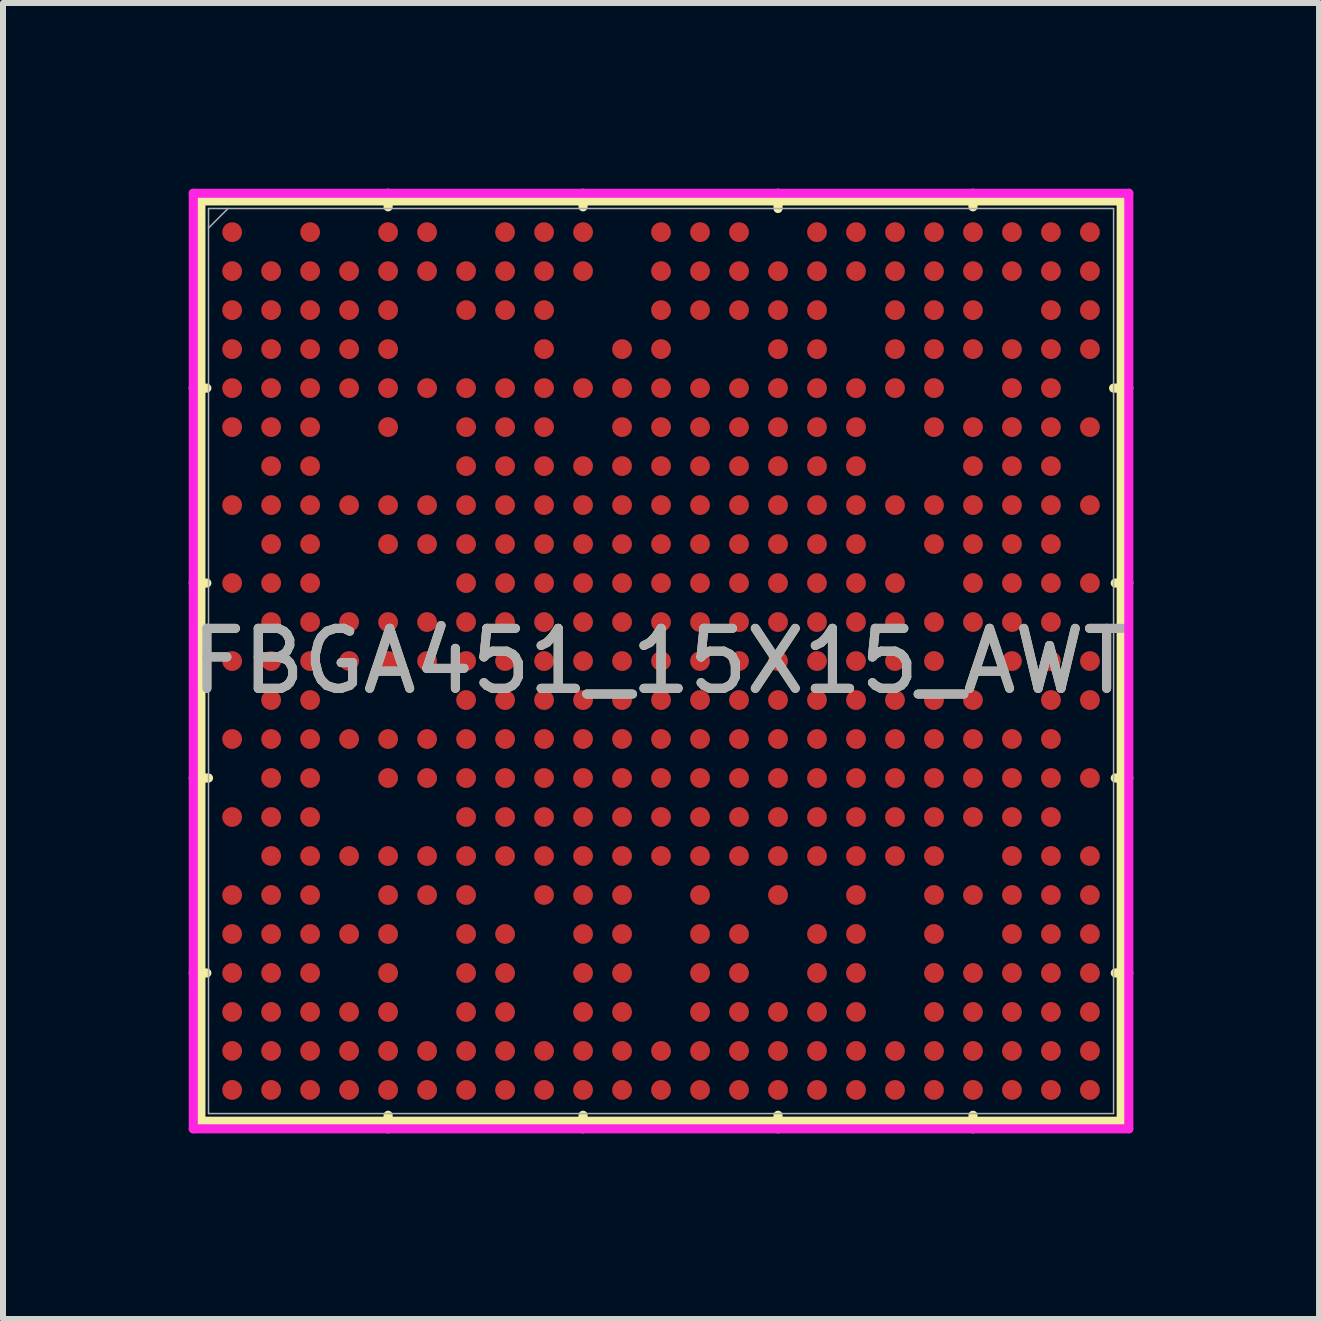
<source format=kicad_pcb>
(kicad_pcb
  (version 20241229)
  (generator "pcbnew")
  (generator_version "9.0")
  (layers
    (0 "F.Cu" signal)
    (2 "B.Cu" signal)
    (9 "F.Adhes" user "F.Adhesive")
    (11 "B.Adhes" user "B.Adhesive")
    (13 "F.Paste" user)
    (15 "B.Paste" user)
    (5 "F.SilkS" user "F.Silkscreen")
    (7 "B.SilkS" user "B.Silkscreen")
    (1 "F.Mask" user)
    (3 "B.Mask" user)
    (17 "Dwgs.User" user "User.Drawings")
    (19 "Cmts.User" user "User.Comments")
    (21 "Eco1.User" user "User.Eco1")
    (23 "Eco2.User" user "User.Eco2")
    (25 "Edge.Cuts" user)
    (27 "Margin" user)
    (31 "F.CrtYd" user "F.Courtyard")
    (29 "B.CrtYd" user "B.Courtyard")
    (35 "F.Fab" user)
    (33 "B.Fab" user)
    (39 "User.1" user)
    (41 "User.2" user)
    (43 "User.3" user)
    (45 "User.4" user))
  (footprint "FBGA451_15X15_AWT"
    (layer "F.Cu")
    (at 7.97 7.97)
    (property "Reference" "FBGA451_15X15_AWT" (at 0 0 0) (unlocked yes) (layer "F.SilkS") (effects (font (size 1 1) (thickness 0.15))))
    (attr smd)
    (fp_line (start -7.671 -7.671) (end -7.671 7.671) (stroke (width 0.152) (type solid)) (layer "F.SilkS"))
    (fp_line (start -7.671 7.671) (end 7.671 7.671) (stroke (width 0.152) (type solid)) (layer "F.SilkS"))
    (fp_line (start -7.572 -4.55) (end -7.798 -4.55) (stroke (width 0.152) (type solid)) (layer "F.SilkS"))
    (fp_line (start -7.572 -1.3) (end -7.798 -1.3) (stroke (width 0.152) (type solid)) (layer "F.SilkS"))
    (fp_line (start -7.572 5.2) (end -7.798 5.2) (stroke (width 0.152) (type solid)) (layer "F.SilkS"))
    (fp_line (start -7.544 1.95) (end -7.798 1.95) (stroke (width 0.152) (type solid)) (layer "F.SilkS"))
    (fp_line (start -4.55 -7.572) (end -4.55 -7.798) (stroke (width 0.152) (type solid)) (layer "F.SilkS"))
    (fp_line (start -4.55 7.572) (end -4.55 7.798) (stroke (width 0.152) (type solid)) (layer "F.SilkS"))
    (fp_line (start -1.3 -7.572) (end -1.3 -7.798) (stroke (width 0.152) (type solid)) (layer "F.SilkS"))
    (fp_line (start -1.3 7.572) (end -1.3 7.798) (stroke (width 0.152) (type solid)) (layer "F.SilkS"))
    (fp_line (start 1.95 -7.544) (end 1.95 -7.798) (stroke (width 0.152) (type solid)) (layer "F.SilkS"))
    (fp_line (start 1.95 7.572) (end 1.95 7.798) (stroke (width 0.152) (type solid)) (layer "F.SilkS"))
    (fp_line (start 5.2 -7.572) (end 5.2 -7.798) (stroke (width 0.152) (type solid)) (layer "F.SilkS"))
    (fp_line (start 5.2 7.572) (end 5.2 7.798) (stroke (width 0.152) (type solid)) (layer "F.SilkS"))
    (fp_line (start 7.544 -4.55) (end 7.798 -4.55) (stroke (width 0.152) (type solid)) (layer "F.SilkS"))
    (fp_line (start 7.572 -1.3) (end 7.798 -1.3) (stroke (width 0.152) (type solid)) (layer "F.SilkS"))
    (fp_line (start 7.572 1.95) (end 7.798 1.95) (stroke (width 0.152) (type solid)) (layer "F.SilkS"))
    (fp_line (start 7.572 5.2) (end 7.798 5.2) (stroke (width 0.152) (type solid)) (layer "F.SilkS"))
    (fp_line (start 7.671 -7.671) (end -7.671 -7.671) (stroke (width 0.152) (type solid)) (layer "F.SilkS"))
    (fp_line (start 7.671 7.671) (end 7.671 -7.671) (stroke (width 0.152) (type solid)) (layer "F.SilkS"))
    (fp_poly (pts (xy -7.92 -7.92) (xy 7.92 -7.92) (xy 7.92 7.92) (xy -7.92 7.92)) (stroke (width 0.1) (type solid)) (fill no) (layer "Eco2.User"))
    (fp_line (start -7.798 -7.798) (end 7.798 -7.798) (stroke (width 0.152) (type solid)) (layer "F.CrtYd"))
    (fp_line (start -7.798 7.798) (end -7.798 -7.798) (stroke (width 0.152) (type solid)) (layer "F.CrtYd"))
    (fp_line (start 7.798 -7.798) (end 7.798 7.798) (stroke (width 0.152) (type solid)) (layer "F.CrtYd"))
    (fp_line (start 7.798 7.798) (end -7.798 7.798) (stroke (width 0.152) (type solid)) (layer "F.CrtYd"))
    (fp_line (start -7.544 -7.544) (end -7.544 7.544) (stroke (width 0.025) (type solid)) (layer "F.Fab"))
    (fp_line (start -7.544 7.544) (end 7.544 7.544) (stroke (width 0.025) (type solid)) (layer "F.Fab"))
    (fp_line (start -7.219 -7.544) (end -7.544 -7.219) (stroke (width 0.025) (type solid)) (layer "F.Fab"))
    (fp_line (start 7.544 -7.544) (end -7.544 -7.544) (stroke (width 0.025) (type solid)) (layer "F.Fab"))
    (fp_line (start 7.544 7.544) (end 7.544 -7.544) (stroke (width 0.025) (type solid)) (layer "F.Fab"))
    (fp_text user "${REFERENCE}" (at 0 0 0) (unlocked yes) (layer "F.Fab") (effects (font (size 1 1) (thickness 0.15))))
    (pad "A1" smd circle (at -7.15 -7.15) (size 0.33 0.33) (layers "F.Cu" "F.Mask" "F.Paste"))
    (pad "A3" smd circle (at -5.85 -7.15) (size 0.33 0.33) (layers "F.Cu" "F.Mask" "F.Paste"))
    (pad "A5" smd circle (at -4.55 -7.15) (size 0.33 0.33) (layers "F.Cu" "F.Mask" "F.Paste"))
    (pad "A6" smd circle (at -3.9 -7.15) (size 0.33 0.33) (layers "F.Cu" "F.Mask" "F.Paste"))
    (pad "A8" smd circle (at -2.6 -7.15) (size 0.33 0.33) (layers "F.Cu" "F.Mask" "F.Paste"))
    (pad "A9" smd circle (at -1.95 -7.15) (size 0.33 0.33) (layers "F.Cu" "F.Mask" "F.Paste"))
    (pad "A10" smd circle (at -1.3 -7.15) (size 0.33 0.33) (layers "F.Cu" "F.Mask" "F.Paste"))
    (pad "A12" smd circle (at 0 -7.15) (size 0.33 0.33) (layers "F.Cu" "F.Mask" "F.Paste"))
    (pad "A13" smd circle (at 0.65 -7.15) (size 0.33 0.33) (layers "F.Cu" "F.Mask" "F.Paste"))
    (pad "A14" smd circle (at 1.3 -7.15) (size 0.33 0.33) (layers "F.Cu" "F.Mask" "F.Paste"))
    (pad "A16" smd circle (at 2.6 -7.15) (size 0.33 0.33) (layers "F.Cu" "F.Mask" "F.Paste"))
    (pad "A17" smd circle (at 3.25 -7.15) (size 0.33 0.33) (layers "F.Cu" "F.Mask" "F.Paste"))
    (pad "A18" smd circle (at 3.9 -7.15) (size 0.33 0.33) (layers "F.Cu" "F.Mask" "F.Paste"))
    (pad "A19" smd circle (at 4.55 -7.15) (size 0.33 0.33) (layers "F.Cu" "F.Mask" "F.Paste"))
    (pad "A20" smd circle (at 5.2 -7.15) (size 0.33 0.33) (layers "F.Cu" "F.Mask" "F.Paste"))
    (pad "A21" smd circle (at 5.85 -7.15) (size 0.33 0.33) (layers "F.Cu" "F.Mask" "F.Paste"))
    (pad "A22" smd circle (at 6.5 -7.15) (size 0.33 0.33) (layers "F.Cu" "F.Mask" "F.Paste"))
    (pad "A23" smd circle (at 7.15 -7.15) (size 0.33 0.33) (layers "F.Cu" "F.Mask" "F.Paste"))
    (pad "AA1" smd circle (at -7.15 5.85) (size 0.33 0.33) (layers "F.Cu" "F.Mask" "F.Paste"))
    (pad "AA2" smd circle (at -6.5 5.85) (size 0.33 0.33) (layers "F.Cu" "F.Mask" "F.Paste"))
    (pad "AA3" smd circle (at -5.85 5.85) (size 0.33 0.33) (layers "F.Cu" "F.Mask" "F.Paste"))
    (pad "AA4" smd circle (at -5.2 5.85) (size 0.33 0.33) (layers "F.Cu" "F.Mask" "F.Paste"))
    (pad "AA5" smd circle (at -4.55 5.85) (size 0.33 0.33) (layers "F.Cu" "F.Mask" "F.Paste"))
    (pad "AA7" smd circle (at -3.25 5.85) (size 0.33 0.33) (layers "F.Cu" "F.Mask" "F.Paste"))
    (pad "AA8" smd circle (at -2.6 5.85) (size 0.33 0.33) (layers "F.Cu" "F.Mask" "F.Paste"))
    (pad "AA10" smd circle (at -1.3 5.85) (size 0.33 0.33) (layers "F.Cu" "F.Mask" "F.Paste"))
    (pad "AA11" smd circle (at -0.65 5.85) (size 0.33 0.33) (layers "F.Cu" "F.Mask" "F.Paste"))
    (pad "AA13" smd circle (at 0.65 5.85) (size 0.33 0.33) (layers "F.Cu" "F.Mask" "F.Paste"))
    (pad "AA14" smd circle (at 1.3 5.85) (size 0.33 0.33) (layers "F.Cu" "F.Mask" "F.Paste"))
    (pad "AA15" smd circle (at 1.95 5.85) (size 0.33 0.33) (layers "F.Cu" "F.Mask" "F.Paste"))
    (pad "AA16" smd circle (at 2.6 5.85) (size 0.33 0.33) (layers "F.Cu" "F.Mask" "F.Paste"))
    (pad "AA17" smd circle (at 3.25 5.85) (size 0.33 0.33) (layers "F.Cu" "F.Mask" "F.Paste"))
    (pad "AA19" smd circle (at 4.55 5.85) (size 0.33 0.33) (layers "F.Cu" "F.Mask" "F.Paste"))
    (pad "AA20" smd circle (at 5.2 5.85) (size 0.33 0.33) (layers "F.Cu" "F.Mask" "F.Paste"))
    (pad "AA21" smd circle (at 5.85 5.85) (size 0.33 0.33) (layers "F.Cu" "F.Mask" "F.Paste"))
    (pad "AA22" smd circle (at 6.5 5.85) (size 0.33 0.33) (layers "F.Cu" "F.Mask" "F.Paste"))
    (pad "AA23" smd circle (at 7.15 5.85) (size 0.33 0.33) (layers "F.Cu" "F.Mask" "F.Paste"))
    (pad "AB1" smd circle (at -7.15 6.5) (size 0.33 0.33) (layers "F.Cu" "F.Mask" "F.Paste"))
    (pad "AB2" smd circle (at -6.5 6.5) (size 0.33 0.33) (layers "F.Cu" "F.Mask" "F.Paste"))
    (pad "AB3" smd circle (at -5.85 6.5) (size 0.33 0.33) (layers "F.Cu" "F.Mask" "F.Paste"))
    (pad "AB4" smd circle (at -5.2 6.5) (size 0.33 0.33) (layers "F.Cu" "F.Mask" "F.Paste"))
    (pad "AB5" smd circle (at -4.55 6.5) (size 0.33 0.33) (layers "F.Cu" "F.Mask" "F.Paste"))
    (pad "AB6" smd circle (at -3.9 6.5) (size 0.33 0.33) (layers "F.Cu" "F.Mask" "F.Paste"))
    (pad "AB7" smd circle (at -3.25 6.5) (size 0.33 0.33) (layers "F.Cu" "F.Mask" "F.Paste"))
    (pad "AB8" smd circle (at -2.6 6.5) (size 0.33 0.33) (layers "F.Cu" "F.Mask" "F.Paste"))
    (pad "AB9" smd circle (at -1.95 6.5) (size 0.33 0.33) (layers "F.Cu" "F.Mask" "F.Paste"))
    (pad "AB10" smd circle (at -1.3 6.5) (size 0.33 0.33) (layers "F.Cu" "F.Mask" "F.Paste"))
    (pad "AB11" smd circle (at -0.65 6.5) (size 0.33 0.33) (layers "F.Cu" "F.Mask" "F.Paste"))
    (pad "AB12" smd circle (at 0 6.5) (size 0.33 0.33) (layers "F.Cu" "F.Mask" "F.Paste"))
    (pad "AB13" smd circle (at 0.65 6.5) (size 0.33 0.33) (layers "F.Cu" "F.Mask" "F.Paste"))
    (pad "AB14" smd circle (at 1.3 6.5) (size 0.33 0.33) (layers "F.Cu" "F.Mask" "F.Paste"))
    (pad "AB15" smd circle (at 1.95 6.5) (size 0.33 0.33) (layers "F.Cu" "F.Mask" "F.Paste"))
    (pad "AB16" smd circle (at 2.6 6.5) (size 0.33 0.33) (layers "F.Cu" "F.Mask" "F.Paste"))
    (pad "AB17" smd circle (at 3.25 6.5) (size 0.33 0.33) (layers "F.Cu" "F.Mask" "F.Paste"))
    (pad "AB18" smd circle (at 3.9 6.5) (size 0.33 0.33) (layers "F.Cu" "F.Mask" "F.Paste"))
    (pad "AB19" smd circle (at 4.55 6.5) (size 0.33 0.33) (layers "F.Cu" "F.Mask" "F.Paste"))
    (pad "AB20" smd circle (at 5.2 6.5) (size 0.33 0.33) (layers "F.Cu" "F.Mask" "F.Paste"))
    (pad "AB21" smd circle (at 5.85 6.5) (size 0.33 0.33) (layers "F.Cu" "F.Mask" "F.Paste"))
    (pad "AB22" smd circle (at 6.5 6.5) (size 0.33 0.33) (layers "F.Cu" "F.Mask" "F.Paste"))
    (pad "AB23" smd circle (at 7.15 6.5) (size 0.33 0.33) (layers "F.Cu" "F.Mask" "F.Paste"))
    (pad "AC1" smd circle (at -7.15 7.15) (size 0.33 0.33) (layers "F.Cu" "F.Mask" "F.Paste"))
    (pad "AC2" smd circle (at -6.5 7.15) (size 0.33 0.33) (layers "F.Cu" "F.Mask" "F.Paste"))
    (pad "AC3" smd circle (at -5.85 7.15) (size 0.33 0.33) (layers "F.Cu" "F.Mask" "F.Paste"))
    (pad "AC4" smd circle (at -5.2 7.15) (size 0.33 0.33) (layers "F.Cu" "F.Mask" "F.Paste"))
    (pad "AC5" smd circle (at -4.55 7.15) (size 0.33 0.33) (layers "F.Cu" "F.Mask" "F.Paste"))
    (pad "AC6" smd circle (at -3.9 7.15) (size 0.33 0.33) (layers "F.Cu" "F.Mask" "F.Paste"))
    (pad "AC7" smd circle (at -3.25 7.15) (size 0.33 0.33) (layers "F.Cu" "F.Mask" "F.Paste"))
    (pad "AC8" smd circle (at -2.6 7.15) (size 0.33 0.33) (layers "F.Cu" "F.Mask" "F.Paste"))
    (pad "AC9" smd circle (at -1.95 7.15) (size 0.33 0.33) (layers "F.Cu" "F.Mask" "F.Paste"))
    (pad "AC10" smd circle (at -1.3 7.15) (size 0.33 0.33) (layers "F.Cu" "F.Mask" "F.Paste"))
    (pad "AC11" smd circle (at -0.65 7.15) (size 0.33 0.33) (layers "F.Cu" "F.Mask" "F.Paste"))
    (pad "AC12" smd circle (at 0 7.15) (size 0.33 0.33) (layers "F.Cu" "F.Mask" "F.Paste"))
    (pad "AC13" smd circle (at 0.65 7.15) (size 0.33 0.33) (layers "F.Cu" "F.Mask" "F.Paste"))
    (pad "AC14" smd circle (at 1.3 7.15) (size 0.33 0.33) (layers "F.Cu" "F.Mask" "F.Paste"))
    (pad "AC15" smd circle (at 1.95 7.15) (size 0.33 0.33) (layers "F.Cu" "F.Mask" "F.Paste"))
    (pad "AC16" smd circle (at 2.6 7.15) (size 0.33 0.33) (layers "F.Cu" "F.Mask" "F.Paste"))
    (pad "AC17" smd circle (at 3.25 7.15) (size 0.33 0.33) (layers "F.Cu" "F.Mask" "F.Paste"))
    (pad "AC18" smd circle (at 3.9 7.15) (size 0.33 0.33) (layers "F.Cu" "F.Mask" "F.Paste"))
    (pad "AC19" smd circle (at 4.55 7.15) (size 0.33 0.33) (layers "F.Cu" "F.Mask" "F.Paste"))
    (pad "AC20" smd circle (at 5.2 7.15) (size 0.33 0.33) (layers "F.Cu" "F.Mask" "F.Paste"))
    (pad "AC21" smd circle (at 5.85 7.15) (size 0.33 0.33) (layers "F.Cu" "F.Mask" "F.Paste"))
    (pad "AC22" smd circle (at 6.5 7.15) (size 0.33 0.33) (layers "F.Cu" "F.Mask" "F.Paste"))
    (pad "AC23" smd circle (at 7.15 7.15) (size 0.33 0.33) (layers "F.Cu" "F.Mask" "F.Paste"))
    (pad "B1" smd circle (at -7.15 -6.5) (size 0.33 0.33) (layers "F.Cu" "F.Mask" "F.Paste"))
    (pad "B2" smd circle (at -6.5 -6.5) (size 0.33 0.33) (layers "F.Cu" "F.Mask" "F.Paste"))
    (pad "B3" smd circle (at -5.85 -6.5) (size 0.33 0.33) (layers "F.Cu" "F.Mask" "F.Paste"))
    (pad "B4" smd circle (at -5.2 -6.5) (size 0.33 0.33) (layers "F.Cu" "F.Mask" "F.Paste"))
    (pad "B5" smd circle (at -4.55 -6.5) (size 0.33 0.33) (layers "F.Cu" "F.Mask" "F.Paste"))
    (pad "B6" smd circle (at -3.9 -6.5) (size 0.33 0.33) (layers "F.Cu" "F.Mask" "F.Paste"))
    (pad "B7" smd circle (at -3.25 -6.5) (size 0.33 0.33) (layers "F.Cu" "F.Mask" "F.Paste"))
    (pad "B8" smd circle (at -2.6 -6.5) (size 0.33 0.33) (layers "F.Cu" "F.Mask" "F.Paste"))
    (pad "B9" smd circle (at -1.95 -6.5) (size 0.33 0.33) (layers "F.Cu" "F.Mask" "F.Paste"))
    (pad "B10" smd circle (at -1.3 -6.5) (size 0.33 0.33) (layers "F.Cu" "F.Mask" "F.Paste"))
    (pad "B12" smd circle (at 0 -6.5) (size 0.33 0.33) (layers "F.Cu" "F.Mask" "F.Paste"))
    (pad "B13" smd circle (at 0.65 -6.5) (size 0.33 0.33) (layers "F.Cu" "F.Mask" "F.Paste"))
    (pad "B14" smd circle (at 1.3 -6.5) (size 0.33 0.33) (layers "F.Cu" "F.Mask" "F.Paste"))
    (pad "B15" smd circle (at 1.95 -6.5) (size 0.33 0.33) (layers "F.Cu" "F.Mask" "F.Paste"))
    (pad "B16" smd circle (at 2.6 -6.5) (size 0.33 0.33) (layers "F.Cu" "F.Mask" "F.Paste"))
    (pad "B17" smd circle (at 3.25 -6.5) (size 0.33 0.33) (layers "F.Cu" "F.Mask" "F.Paste"))
    (pad "B18" smd circle (at 3.9 -6.5) (size 0.33 0.33) (layers "F.Cu" "F.Mask" "F.Paste"))
    (pad "B19" smd circle (at 4.55 -6.5) (size 0.33 0.33) (layers "F.Cu" "F.Mask" "F.Paste"))
    (pad "B20" smd circle (at 5.2 -6.5) (size 0.33 0.33) (layers "F.Cu" "F.Mask" "F.Paste"))
    (pad "B21" smd circle (at 5.85 -6.5) (size 0.33 0.33) (layers "F.Cu" "F.Mask" "F.Paste"))
    (pad "B22" smd circle (at 6.5 -6.5) (size 0.33 0.33) (layers "F.Cu" "F.Mask" "F.Paste"))
    (pad "B23" smd circle (at 7.15 -6.5) (size 0.33 0.33) (layers "F.Cu" "F.Mask" "F.Paste"))
    (pad "C1" smd circle (at -7.15 -5.85) (size 0.33 0.33) (layers "F.Cu" "F.Mask" "F.Paste"))
    (pad "C2" smd circle (at -6.5 -5.85) (size 0.33 0.33) (layers "F.Cu" "F.Mask" "F.Paste"))
    (pad "C3" smd circle (at -5.85 -5.85) (size 0.33 0.33) (layers "F.Cu" "F.Mask" "F.Paste"))
    (pad "C4" smd circle (at -5.2 -5.85) (size 0.33 0.33) (layers "F.Cu" "F.Mask" "F.Paste"))
    (pad "C5" smd circle (at -4.55 -5.85) (size 0.33 0.33) (layers "F.Cu" "F.Mask" "F.Paste"))
    (pad "C7" smd circle (at -3.25 -5.85) (size 0.33 0.33) (layers "F.Cu" "F.Mask" "F.Paste"))
    (pad "C8" smd circle (at -2.6 -5.85) (size 0.33 0.33) (layers "F.Cu" "F.Mask" "F.Paste"))
    (pad "C9" smd circle (at -1.95 -5.85) (size 0.33 0.33) (layers "F.Cu" "F.Mask" "F.Paste"))
    (pad "C12" smd circle (at 0 -5.85) (size 0.33 0.33) (layers "F.Cu" "F.Mask" "F.Paste"))
    (pad "C13" smd circle (at 0.65 -5.85) (size 0.33 0.33) (layers "F.Cu" "F.Mask" "F.Paste"))
    (pad "C14" smd circle (at 1.3 -5.85) (size 0.33 0.33) (layers "F.Cu" "F.Mask" "F.Paste"))
    (pad "C15" smd circle (at 1.95 -5.85) (size 0.33 0.33) (layers "F.Cu" "F.Mask" "F.Paste"))
    (pad "C16" smd circle (at 2.6 -5.85) (size 0.33 0.33) (layers "F.Cu" "F.Mask" "F.Paste"))
    (pad "C18" smd circle (at 3.9 -5.85) (size 0.33 0.33) (layers "F.Cu" "F.Mask" "F.Paste"))
    (pad "C19" smd circle (at 4.55 -5.85) (size 0.33 0.33) (layers "F.Cu" "F.Mask" "F.Paste"))
    (pad "C20" smd circle (at 5.2 -5.85) (size 0.33 0.33) (layers "F.Cu" "F.Mask" "F.Paste"))
    (pad "C22" smd circle (at 6.5 -5.85) (size 0.33 0.33) (layers "F.Cu" "F.Mask" "F.Paste"))
    (pad "C23" smd circle (at 7.15 -5.85) (size 0.33 0.33) (layers "F.Cu" "F.Mask" "F.Paste"))
    (pad "D1" smd circle (at -7.15 -5.2) (size 0.33 0.33) (layers "F.Cu" "F.Mask" "F.Paste"))
    (pad "D2" smd circle (at -6.5 -5.2) (size 0.33 0.33) (layers "F.Cu" "F.Mask" "F.Paste"))
    (pad "D3" smd circle (at -5.85 -5.2) (size 0.33 0.33) (layers "F.Cu" "F.Mask" "F.Paste"))
    (pad "D4" smd circle (at -5.2 -5.2) (size 0.33 0.33) (layers "F.Cu" "F.Mask" "F.Paste"))
    (pad "D5" smd circle (at -4.55 -5.2) (size 0.33 0.33) (layers "F.Cu" "F.Mask" "F.Paste"))
    (pad "D9" smd circle (at -1.95 -5.2) (size 0.33 0.33) (layers "F.Cu" "F.Mask" "F.Paste"))
    (pad "D11" smd circle (at -0.65 -5.2) (size 0.33 0.33) (layers "F.Cu" "F.Mask" "F.Paste"))
    (pad "D12" smd circle (at 0 -5.2) (size 0.33 0.33) (layers "F.Cu" "F.Mask" "F.Paste"))
    (pad "D15" smd circle (at 1.95 -5.2) (size 0.33 0.33) (layers "F.Cu" "F.Mask" "F.Paste"))
    (pad "D16" smd circle (at 2.6 -5.2) (size 0.33 0.33) (layers "F.Cu" "F.Mask" "F.Paste"))
    (pad "D18" smd circle (at 3.9 -5.2) (size 0.33 0.33) (layers "F.Cu" "F.Mask" "F.Paste"))
    (pad "D19" smd circle (at 4.55 -5.2) (size 0.33 0.33) (layers "F.Cu" "F.Mask" "F.Paste"))
    (pad "D20" smd circle (at 5.2 -5.2) (size 0.33 0.33) (layers "F.Cu" "F.Mask" "F.Paste"))
    (pad "D21" smd circle (at 5.85 -5.2) (size 0.33 0.33) (layers "F.Cu" "F.Mask" "F.Paste"))
    (pad "D22" smd circle (at 6.5 -5.2) (size 0.33 0.33) (layers "F.Cu" "F.Mask" "F.Paste"))
    (pad "D23" smd circle (at 7.15 -5.2) (size 0.33 0.33) (layers "F.Cu" "F.Mask" "F.Paste"))
    (pad "E1" smd circle (at -7.15 -4.55) (size 0.33 0.33) (layers "F.Cu" "F.Mask" "F.Paste"))
    (pad "E2" smd circle (at -6.5 -4.55) (size 0.33 0.33) (layers "F.Cu" "F.Mask" "F.Paste"))
    (pad "E3" smd circle (at -5.85 -4.55) (size 0.33 0.33) (layers "F.Cu" "F.Mask" "F.Paste"))
    (pad "E4" smd circle (at -5.2 -4.55) (size 0.33 0.33) (layers "F.Cu" "F.Mask" "F.Paste"))
    (pad "E5" smd circle (at -4.55 -4.55) (size 0.33 0.33) (layers "F.Cu" "F.Mask" "F.Paste"))
    (pad "E6" smd circle (at -3.9 -4.55) (size 0.33 0.33) (layers "F.Cu" "F.Mask" "F.Paste"))
    (pad "E7" smd circle (at -3.25 -4.55) (size 0.33 0.33) (layers "F.Cu" "F.Mask" "F.Paste"))
    (pad "E8" smd circle (at -2.6 -4.55) (size 0.33 0.33) (layers "F.Cu" "F.Mask" "F.Paste"))
    (pad "E9" smd circle (at -1.95 -4.55) (size 0.33 0.33) (layers "F.Cu" "F.Mask" "F.Paste"))
    (pad "E10" smd circle (at -1.3 -4.55) (size 0.33 0.33) (layers "F.Cu" "F.Mask" "F.Paste"))
    (pad "E11" smd circle (at -0.65 -4.55) (size 0.33 0.33) (layers "F.Cu" "F.Mask" "F.Paste"))
    (pad "E12" smd circle (at 0 -4.55) (size 0.33 0.33) (layers "F.Cu" "F.Mask" "F.Paste"))
    (pad "E13" smd circle (at 0.65 -4.55) (size 0.33 0.33) (layers "F.Cu" "F.Mask" "F.Paste"))
    (pad "E14" smd circle (at 1.3 -4.55) (size 0.33 0.33) (layers "F.Cu" "F.Mask" "F.Paste"))
    (pad "E15" smd circle (at 1.95 -4.55) (size 0.33 0.33) (layers "F.Cu" "F.Mask" "F.Paste"))
    (pad "E16" smd circle (at 2.6 -4.55) (size 0.33 0.33) (layers "F.Cu" "F.Mask" "F.Paste"))
    (pad "E17" smd circle (at 3.25 -4.55) (size 0.33 0.33) (layers "F.Cu" "F.Mask" "F.Paste"))
    (pad "E18" smd circle (at 3.9 -4.55) (size 0.33 0.33) (layers "F.Cu" "F.Mask" "F.Paste"))
    (pad "E19" smd circle (at 4.55 -4.55) (size 0.33 0.33) (layers "F.Cu" "F.Mask" "F.Paste"))
    (pad "E21" smd circle (at 5.85 -4.55) (size 0.33 0.33) (layers "F.Cu" "F.Mask" "F.Paste"))
    (pad "E22" smd circle (at 6.5 -4.55) (size 0.33 0.33) (layers "F.Cu" "F.Mask" "F.Paste"))
    (pad "F1" smd circle (at -7.15 -3.9) (size 0.33 0.33) (layers "F.Cu" "F.Mask" "F.Paste"))
    (pad "F2" smd circle (at -6.5 -3.9) (size 0.33 0.33) (layers "F.Cu" "F.Mask" "F.Paste"))
    (pad "F3" smd circle (at -5.85 -3.9) (size 0.33 0.33) (layers "F.Cu" "F.Mask" "F.Paste"))
    (pad "F5" smd circle (at -4.55 -3.9) (size 0.33 0.33) (layers "F.Cu" "F.Mask" "F.Paste"))
    (pad "F7" smd circle (at -3.25 -3.9) (size 0.33 0.33) (layers "F.Cu" "F.Mask" "F.Paste"))
    (pad "F8" smd circle (at -2.6 -3.9) (size 0.33 0.33) (layers "F.Cu" "F.Mask" "F.Paste"))
    (pad "F9" smd circle (at -1.95 -3.9) (size 0.33 0.33) (layers "F.Cu" "F.Mask" "F.Paste"))
    (pad "F11" smd circle (at -0.65 -3.9) (size 0.33 0.33) (layers "F.Cu" "F.Mask" "F.Paste"))
    (pad "F12" smd circle (at 0 -3.9) (size 0.33 0.33) (layers "F.Cu" "F.Mask" "F.Paste"))
    (pad "F13" smd circle (at 0.65 -3.9) (size 0.33 0.33) (layers "F.Cu" "F.Mask" "F.Paste"))
    (pad "F14" smd circle (at 1.3 -3.9) (size 0.33 0.33) (layers "F.Cu" "F.Mask" "F.Paste"))
    (pad "F15" smd circle (at 1.95 -3.9) (size 0.33 0.33) (layers "F.Cu" "F.Mask" "F.Paste"))
    (pad "F16" smd circle (at 2.6 -3.9) (size 0.33 0.33) (layers "F.Cu" "F.Mask" "F.Paste"))
    (pad "F17" smd circle (at 3.25 -3.9) (size 0.33 0.33) (layers "F.Cu" "F.Mask" "F.Paste"))
    (pad "F19" smd circle (at 4.55 -3.9) (size 0.33 0.33) (layers "F.Cu" "F.Mask" "F.Paste"))
    (pad "F20" smd circle (at 5.2 -3.9) (size 0.33 0.33) (layers "F.Cu" "F.Mask" "F.Paste"))
    (pad "F21" smd circle (at 5.85 -3.9) (size 0.33 0.33) (layers "F.Cu" "F.Mask" "F.Paste"))
    (pad "F22" smd circle (at 6.5 -3.9) (size 0.33 0.33) (layers "F.Cu" "F.Mask" "F.Paste"))
    (pad "F23" smd circle (at 7.15 -3.9) (size 0.33 0.33) (layers "F.Cu" "F.Mask" "F.Paste"))
    (pad "G2" smd circle (at -6.5 -3.25) (size 0.33 0.33) (layers "F.Cu" "F.Mask" "F.Paste"))
    (pad "G3" smd circle (at -5.85 -3.25) (size 0.33 0.33) (layers "F.Cu" "F.Mask" "F.Paste"))
    (pad "G7" smd circle (at -3.25 -3.25) (size 0.33 0.33) (layers "F.Cu" "F.Mask" "F.Paste"))
    (pad "G8" smd circle (at -2.6 -3.25) (size 0.33 0.33) (layers "F.Cu" "F.Mask" "F.Paste"))
    (pad "G9" smd circle (at -1.95 -3.25) (size 0.33 0.33) (layers "F.Cu" "F.Mask" "F.Paste"))
    (pad "G10" smd circle (at -1.3 -3.25) (size 0.33 0.33) (layers "F.Cu" "F.Mask" "F.Paste"))
    (pad "G11" smd circle (at -0.65 -3.25) (size 0.33 0.33) (layers "F.Cu" "F.Mask" "F.Paste"))
    (pad "G12" smd circle (at 0 -3.25) (size 0.33 0.33) (layers "F.Cu" "F.Mask" "F.Paste"))
    (pad "G13" smd circle (at 0.65 -3.25) (size 0.33 0.33) (layers "F.Cu" "F.Mask" "F.Paste"))
    (pad "G14" smd circle (at 1.3 -3.25) (size 0.33 0.33) (layers "F.Cu" "F.Mask" "F.Paste"))
    (pad "G15" smd circle (at 1.95 -3.25) (size 0.33 0.33) (layers "F.Cu" "F.Mask" "F.Paste"))
    (pad "G16" smd circle (at 2.6 -3.25) (size 0.33 0.33) (layers "F.Cu" "F.Mask" "F.Paste"))
    (pad "G17" smd circle (at 3.25 -3.25) (size 0.33 0.33) (layers "F.Cu" "F.Mask" "F.Paste"))
    (pad "G20" smd circle (at 5.2 -3.25) (size 0.33 0.33) (layers "F.Cu" "F.Mask" "F.Paste"))
    (pad "G21" smd circle (at 5.85 -3.25) (size 0.33 0.33) (layers "F.Cu" "F.Mask" "F.Paste"))
    (pad "G22" smd circle (at 6.5 -3.25) (size 0.33 0.33) (layers "F.Cu" "F.Mask" "F.Paste"))
    (pad "H1" smd circle (at -7.15 -2.6) (size 0.33 0.33) (layers "F.Cu" "F.Mask" "F.Paste"))
    (pad "H2" smd circle (at -6.5 -2.6) (size 0.33 0.33) (layers "F.Cu" "F.Mask" "F.Paste"))
    (pad "H3" smd circle (at -5.85 -2.6) (size 0.33 0.33) (layers "F.Cu" "F.Mask" "F.Paste"))
    (pad "H4" smd circle (at -5.2 -2.6) (size 0.33 0.33) (layers "F.Cu" "F.Mask" "F.Paste"))
    (pad "H5" smd circle (at -4.55 -2.6) (size 0.33 0.33) (layers "F.Cu" "F.Mask" "F.Paste"))
    (pad "H6" smd circle (at -3.9 -2.6) (size 0.33 0.33) (layers "F.Cu" "F.Mask" "F.Paste"))
    (pad "H7" smd circle (at -3.25 -2.6) (size 0.33 0.33) (layers "F.Cu" "F.Mask" "F.Paste"))
    (pad "H8" smd circle (at -2.6 -2.6) (size 0.33 0.33) (layers "F.Cu" "F.Mask" "F.Paste"))
    (pad "H9" smd circle (at -1.95 -2.6) (size 0.33 0.33) (layers "F.Cu" "F.Mask" "F.Paste"))
    (pad "H10" smd circle (at -1.3 -2.6) (size 0.33 0.33) (layers "F.Cu" "F.Mask" "F.Paste"))
    (pad "H11" smd circle (at -0.65 -2.6) (size 0.33 0.33) (layers "F.Cu" "F.Mask" "F.Paste"))
    (pad "H12" smd circle (at 0 -2.6) (size 0.33 0.33) (layers "F.Cu" "F.Mask" "F.Paste"))
    (pad "H13" smd circle (at 0.65 -2.6) (size 0.33 0.33) (layers "F.Cu" "F.Mask" "F.Paste"))
    (pad "H14" smd circle (at 1.3 -2.6) (size 0.33 0.33) (layers "F.Cu" "F.Mask" "F.Paste"))
    (pad "H15" smd circle (at 1.95 -2.6) (size 0.33 0.33) (layers "F.Cu" "F.Mask" "F.Paste"))
    (pad "H16" smd circle (at 2.6 -2.6) (size 0.33 0.33) (layers "F.Cu" "F.Mask" "F.Paste"))
    (pad "H17" smd circle (at 3.25 -2.6) (size 0.33 0.33) (layers "F.Cu" "F.Mask" "F.Paste"))
    (pad "H18" smd circle (at 3.9 -2.6) (size 0.33 0.33) (layers "F.Cu" "F.Mask" "F.Paste"))
    (pad "H19" smd circle (at 4.55 -2.6) (size 0.33 0.33) (layers "F.Cu" "F.Mask" "F.Paste"))
    (pad "H20" smd circle (at 5.2 -2.6) (size 0.33 0.33) (layers "F.Cu" "F.Mask" "F.Paste"))
    (pad "H21" smd circle (at 5.85 -2.6) (size 0.33 0.33) (layers "F.Cu" "F.Mask" "F.Paste"))
    (pad "H22" smd circle (at 6.5 -2.6) (size 0.33 0.33) (layers "F.Cu" "F.Mask" "F.Paste"))
    (pad "H23" smd circle (at 7.15 -2.6) (size 0.33 0.33) (layers "F.Cu" "F.Mask" "F.Paste"))
    (pad "J2" smd circle (at -6.5 -1.95) (size 0.33 0.33) (layers "F.Cu" "F.Mask" "F.Paste"))
    (pad "J3" smd circle (at -5.85 -1.95) (size 0.33 0.33) (layers "F.Cu" "F.Mask" "F.Paste"))
    (pad "J5" smd circle (at -4.55 -1.95) (size 0.33 0.33) (layers "F.Cu" "F.Mask" "F.Paste"))
    (pad "J6" smd circle (at -3.9 -1.95) (size 0.33 0.33) (layers "F.Cu" "F.Mask" "F.Paste"))
    (pad "J7" smd circle (at -3.25 -1.95) (size 0.33 0.33) (layers "F.Cu" "F.Mask" "F.Paste"))
    (pad "J8" smd circle (at -2.6 -1.95) (size 0.33 0.33) (layers "F.Cu" "F.Mask" "F.Paste"))
    (pad "J9" smd circle (at -1.95 -1.95) (size 0.33 0.33) (layers "F.Cu" "F.Mask" "F.Paste"))
    (pad "J10" smd circle (at -1.3 -1.95) (size 0.33 0.33) (layers "F.Cu" "F.Mask" "F.Paste"))
    (pad "J11" smd circle (at -0.65 -1.95) (size 0.33 0.33) (layers "F.Cu" "F.Mask" "F.Paste"))
    (pad "J12" smd circle (at 0 -1.95) (size 0.33 0.33) (layers "F.Cu" "F.Mask" "F.Paste"))
    (pad "J13" smd circle (at 0.65 -1.95) (size 0.33 0.33) (layers "F.Cu" "F.Mask" "F.Paste"))
    (pad "J14" smd circle (at 1.3 -1.95) (size 0.33 0.33) (layers "F.Cu" "F.Mask" "F.Paste"))
    (pad "J15" smd circle (at 1.95 -1.95) (size 0.33 0.33) (layers "F.Cu" "F.Mask" "F.Paste"))
    (pad "J16" smd circle (at 2.6 -1.95) (size 0.33 0.33) (layers "F.Cu" "F.Mask" "F.Paste"))
    (pad "J17" smd circle (at 3.25 -1.95) (size 0.33 0.33) (layers "F.Cu" "F.Mask" "F.Paste"))
    (pad "J19" smd circle (at 4.55 -1.95) (size 0.33 0.33) (layers "F.Cu" "F.Mask" "F.Paste"))
    (pad "J20" smd circle (at 5.2 -1.95) (size 0.33 0.33) (layers "F.Cu" "F.Mask" "F.Paste"))
    (pad "J21" smd circle (at 5.85 -1.95) (size 0.33 0.33) (layers "F.Cu" "F.Mask" "F.Paste"))
    (pad "J22" smd circle (at 6.5 -1.95) (size 0.33 0.33) (layers "F.Cu" "F.Mask" "F.Paste"))
    (pad "K1" smd circle (at -7.15 -1.3) (size 0.33 0.33) (layers "F.Cu" "F.Mask" "F.Paste"))
    (pad "K2" smd circle (at -6.5 -1.3) (size 0.33 0.33) (layers "F.Cu" "F.Mask" "F.Paste"))
    (pad "K3" smd circle (at -5.85 -1.3) (size 0.33 0.33) (layers "F.Cu" "F.Mask" "F.Paste"))
    (pad "K7" smd circle (at -3.25 -1.3) (size 0.33 0.33) (layers "F.Cu" "F.Mask" "F.Paste"))
    (pad "K8" smd circle (at -2.6 -1.3) (size 0.33 0.33) (layers "F.Cu" "F.Mask" "F.Paste"))
    (pad "K9" smd circle (at -1.95 -1.3) (size 0.33 0.33) (layers "F.Cu" "F.Mask" "F.Paste"))
    (pad "K10" smd circle (at -1.3 -1.3) (size 0.33 0.33) (layers "F.Cu" "F.Mask" "F.Paste"))
    (pad "K11" smd circle (at -0.65 -1.3) (size 0.33 0.33) (layers "F.Cu" "F.Mask" "F.Paste"))
    (pad "K12" smd circle (at 0 -1.3) (size 0.33 0.33) (layers "F.Cu" "F.Mask" "F.Paste"))
    (pad "K13" smd circle (at 0.65 -1.3) (size 0.33 0.33) (layers "F.Cu" "F.Mask" "F.Paste"))
    (pad "K14" smd circle (at 1.3 -1.3) (size 0.33 0.33) (layers "F.Cu" "F.Mask" "F.Paste"))
    (pad "K15" smd circle (at 1.95 -1.3) (size 0.33 0.33) (layers "F.Cu" "F.Mask" "F.Paste"))
    (pad "K16" smd circle (at 2.6 -1.3) (size 0.33 0.33) (layers "F.Cu" "F.Mask" "F.Paste"))
    (pad "K17" smd circle (at 3.25 -1.3) (size 0.33 0.33) (layers "F.Cu" "F.Mask" "F.Paste"))
    (pad "K18" smd circle (at 3.9 -1.3) (size 0.33 0.33) (layers "F.Cu" "F.Mask" "F.Paste"))
    (pad "K20" smd circle (at 5.2 -1.3) (size 0.33 0.33) (layers "F.Cu" "F.Mask" "F.Paste"))
    (pad "K21" smd circle (at 5.85 -1.3) (size 0.33 0.33) (layers "F.Cu" "F.Mask" "F.Paste"))
    (pad "K22" smd circle (at 6.5 -1.3) (size 0.33 0.33) (layers "F.Cu" "F.Mask" "F.Paste"))
    (pad "K23" smd circle (at 7.15 -1.3) (size 0.33 0.33) (layers "F.Cu" "F.Mask" "F.Paste"))
    (pad "L2" smd circle (at -6.5 -0.65) (size 0.33 0.33) (layers "F.Cu" "F.Mask" "F.Paste"))
    (pad "L3" smd circle (at -5.85 -0.65) (size 0.33 0.33) (layers "F.Cu" "F.Mask" "F.Paste"))
    (pad "L4" smd circle (at -5.2 -0.65) (size 0.33 0.33) (layers "F.Cu" "F.Mask" "F.Paste"))
    (pad "L5" smd circle (at -4.55 -0.65) (size 0.33 0.33) (layers "F.Cu" "F.Mask" "F.Paste"))
    (pad "L6" smd circle (at -3.9 -0.65) (size 0.33 0.33) (layers "F.Cu" "F.Mask" "F.Paste"))
    (pad "L7" smd circle (at -3.25 -0.65) (size 0.33 0.33) (layers "F.Cu" "F.Mask" "F.Paste"))
    (pad "L8" smd circle (at -2.6 -0.65) (size 0.33 0.33) (layers "F.Cu" "F.Mask" "F.Paste"))
    (pad "L9" smd circle (at -1.95 -0.65) (size 0.33 0.33) (layers "F.Cu" "F.Mask" "F.Paste"))
    (pad "L10" smd circle (at -1.3 -0.65) (size 0.33 0.33) (layers "F.Cu" "F.Mask" "F.Paste"))
    (pad "L11" smd circle (at -0.65 -0.65) (size 0.33 0.33) (layers "F.Cu" "F.Mask" "F.Paste"))
    (pad "L12" smd circle (at 0 -0.65) (size 0.33 0.33) (layers "F.Cu" "F.Mask" "F.Paste"))
    (pad "L13" smd circle (at 0.65 -0.65) (size 0.33 0.33) (layers "F.Cu" "F.Mask" "F.Paste"))
    (pad "L14" smd circle (at 1.3 -0.65) (size 0.33 0.33) (layers "F.Cu" "F.Mask" "F.Paste"))
    (pad "L15" smd circle (at 1.95 -0.65) (size 0.33 0.33) (layers "F.Cu" "F.Mask" "F.Paste"))
    (pad "L16" smd circle (at 2.6 -0.65) (size 0.33 0.33) (layers "F.Cu" "F.Mask" "F.Paste"))
    (pad "L17" smd circle (at 3.25 -0.65) (size 0.33 0.33) (layers "F.Cu" "F.Mask" "F.Paste"))
    (pad "L18" smd circle (at 3.9 -0.65) (size 0.33 0.33) (layers "F.Cu" "F.Mask" "F.Paste"))
    (pad "L19" smd circle (at 4.55 -0.65) (size 0.33 0.33) (layers "F.Cu" "F.Mask" "F.Paste"))
    (pad "L20" smd circle (at 5.2 -0.65) (size 0.33 0.33) (layers "F.Cu" "F.Mask" "F.Paste"))
    (pad "L21" smd circle (at 5.85 -0.65) (size 0.33 0.33) (layers "F.Cu" "F.Mask" "F.Paste"))
    (pad "L22" smd circle (at 6.5 -0.65) (size 0.33 0.33) (layers "F.Cu" "F.Mask" "F.Paste"))
    (pad "M1" smd circle (at -7.15 0) (size 0.33 0.33) (layers "F.Cu" "F.Mask" "F.Paste"))
    (pad "M2" smd circle (at -6.5 0) (size 0.33 0.33) (layers "F.Cu" "F.Mask" "F.Paste"))
    (pad "M3" smd circle (at -5.85 0) (size 0.33 0.33) (layers "F.Cu" "F.Mask" "F.Paste"))
    (pad "M4" smd circle (at -5.2 0) (size 0.33 0.33) (layers "F.Cu" "F.Mask" "F.Paste"))
    (pad "M5" smd circle (at -4.55 0) (size 0.33 0.33) (layers "F.Cu" "F.Mask" "F.Paste"))
    (pad "M6" smd circle (at -3.9 0) (size 0.33 0.33) (layers "F.Cu" "F.Mask" "F.Paste"))
    (pad "M7" smd circle (at -3.25 0) (size 0.33 0.33) (layers "F.Cu" "F.Mask" "F.Paste"))
    (pad "M8" smd circle (at -2.6 0) (size 0.33 0.33) (layers "F.Cu" "F.Mask" "F.Paste"))
    (pad "M9" smd circle (at -1.95 0) (size 0.33 0.33) (layers "F.Cu" "F.Mask" "F.Paste"))
    (pad "M10" smd circle (at -1.3 0) (size 0.33 0.33) (layers "F.Cu" "F.Mask" "F.Paste"))
    (pad "M11" smd circle (at -0.65 0) (size 0.33 0.33) (layers "F.Cu" "F.Mask" "F.Paste"))
    (pad "M12" smd circle (at 0 0) (size 0.33 0.33) (layers "F.Cu" "F.Mask" "F.Paste"))
    (pad "M13" smd circle (at 0.65 0) (size 0.33 0.33) (layers "F.Cu" "F.Mask" "F.Paste"))
    (pad "M14" smd circle (at 1.3 0) (size 0.33 0.33) (layers "F.Cu" "F.Mask" "F.Paste"))
    (pad "M15" smd circle (at 1.95 0) (size 0.33 0.33) (layers "F.Cu" "F.Mask" "F.Paste"))
    (pad "M16" smd circle (at 2.6 0) (size 0.33 0.33) (layers "F.Cu" "F.Mask" "F.Paste"))
    (pad "M17" smd circle (at 3.25 0) (size 0.33 0.33) (layers "F.Cu" "F.Mask" "F.Paste"))
    (pad "M18" smd circle (at 3.9 0) (size 0.33 0.33) (layers "F.Cu" "F.Mask" "F.Paste"))
    (pad "M19" smd circle (at 4.55 0) (size 0.33 0.33) (layers "F.Cu" "F.Mask" "F.Paste"))
    (pad "M21" smd circle (at 5.85 0) (size 0.33 0.33) (layers "F.Cu" "F.Mask" "F.Paste"))
    (pad "M22" smd circle (at 6.5 0) (size 0.33 0.33) (layers "F.Cu" "F.Mask" "F.Paste"))
    (pad "M23" smd circle (at 7.15 0) (size 0.33 0.33) (layers "F.Cu" "F.Mask" "F.Paste"))
    (pad "N2" smd circle (at -6.5 0.65) (size 0.33 0.33) (layers "F.Cu" "F.Mask" "F.Paste"))
    (pad "N3" smd circle (at -5.85 0.65) (size 0.33 0.33) (layers "F.Cu" "F.Mask" "F.Paste"))
    (pad "N7" smd circle (at -3.25 0.65) (size 0.33 0.33) (layers "F.Cu" "F.Mask" "F.Paste"))
    (pad "N8" smd circle (at -2.6 0.65) (size 0.33 0.33) (layers "F.Cu" "F.Mask" "F.Paste"))
    (pad "N9" smd circle (at -1.95 0.65) (size 0.33 0.33) (layers "F.Cu" "F.Mask" "F.Paste"))
    (pad "N10" smd circle (at -1.3 0.65) (size 0.33 0.33) (layers "F.Cu" "F.Mask" "F.Paste"))
    (pad "N11" smd circle (at -0.65 0.65) (size 0.33 0.33) (layers "F.Cu" "F.Mask" "F.Paste"))
    (pad "N12" smd circle (at 0 0.65) (size 0.33 0.33) (layers "F.Cu" "F.Mask" "F.Paste"))
    (pad "N13" smd circle (at 0.65 0.65) (size 0.33 0.33) (layers "F.Cu" "F.Mask" "F.Paste"))
    (pad "N14" smd circle (at 1.3 0.65) (size 0.33 0.33) (layers "F.Cu" "F.Mask" "F.Paste"))
    (pad "N15" smd circle (at 1.95 0.65) (size 0.33 0.33) (layers "F.Cu" "F.Mask" "F.Paste"))
    (pad "N16" smd circle (at 2.6 0.65) (size 0.33 0.33) (layers "F.Cu" "F.Mask" "F.Paste"))
    (pad "N17" smd circle (at 3.25 0.65) (size 0.33 0.33) (layers "F.Cu" "F.Mask" "F.Paste"))
    (pad "N18" smd circle (at 3.9 0.65) (size 0.33 0.33) (layers "F.Cu" "F.Mask" "F.Paste"))
    (pad "N19" smd circle (at 4.55 0.65) (size 0.33 0.33) (layers "F.Cu" "F.Mask" "F.Paste"))
    (pad "N20" smd circle (at 5.2 0.65) (size 0.33 0.33) (layers "F.Cu" "F.Mask" "F.Paste"))
    (pad "N22" smd circle (at 6.5 0.65) (size 0.33 0.33) (layers "F.Cu" "F.Mask" "F.Paste"))
    (pad "N23" smd circle (at 7.15 0.65) (size 0.33 0.33) (layers "F.Cu" "F.Mask" "F.Paste"))
    (pad "P1" smd circle (at -7.15 1.3) (size 0.33 0.33) (layers "F.Cu" "F.Mask" "F.Paste"))
    (pad "P2" smd circle (at -6.5 1.3) (size 0.33 0.33) (layers "F.Cu" "F.Mask" "F.Paste"))
    (pad "P3" smd circle (at -5.85 1.3) (size 0.33 0.33) (layers "F.Cu" "F.Mask" "F.Paste"))
    (pad "P4" smd circle (at -5.2 1.3) (size 0.33 0.33) (layers "F.Cu" "F.Mask" "F.Paste"))
    (pad "P5" smd circle (at -4.55 1.3) (size 0.33 0.33) (layers "F.Cu" "F.Mask" "F.Paste"))
    (pad "P6" smd circle (at -3.9 1.3) (size 0.33 0.33) (layers "F.Cu" "F.Mask" "F.Paste"))
    (pad "P7" smd circle (at -3.25 1.3) (size 0.33 0.33) (layers "F.Cu" "F.Mask" "F.Paste"))
    (pad "P8" smd circle (at -2.6 1.3) (size 0.33 0.33) (layers "F.Cu" "F.Mask" "F.Paste"))
    (pad "P9" smd circle (at -1.95 1.3) (size 0.33 0.33) (layers "F.Cu" "F.Mask" "F.Paste"))
    (pad "P10" smd circle (at -1.3 1.3) (size 0.33 0.33) (layers "F.Cu" "F.Mask" "F.Paste"))
    (pad "P11" smd circle (at -0.65 1.3) (size 0.33 0.33) (layers "F.Cu" "F.Mask" "F.Paste"))
    (pad "P12" smd circle (at 0 1.3) (size 0.33 0.33) (layers "F.Cu" "F.Mask" "F.Paste"))
    (pad "P13" smd circle (at 0.65 1.3) (size 0.33 0.33) (layers "F.Cu" "F.Mask" "F.Paste"))
    (pad "P14" smd circle (at 1.3 1.3) (size 0.33 0.33) (layers "F.Cu" "F.Mask" "F.Paste"))
    (pad "P15" smd circle (at 1.95 1.3) (size 0.33 0.33) (layers "F.Cu" "F.Mask" "F.Paste"))
    (pad "P16" smd circle (at 2.6 1.3) (size 0.33 0.33) (layers "F.Cu" "F.Mask" "F.Paste"))
    (pad "P17" smd circle (at 3.25 1.3) (size 0.33 0.33) (layers "F.Cu" "F.Mask" "F.Paste"))
    (pad "P18" smd circle (at 3.9 1.3) (size 0.33 0.33) (layers "F.Cu" "F.Mask" "F.Paste"))
    (pad "P19" smd circle (at 4.55 1.3) (size 0.33 0.33) (layers "F.Cu" "F.Mask" "F.Paste"))
    (pad "P20" smd circle (at 5.2 1.3) (size 0.33 0.33) (layers "F.Cu" "F.Mask" "F.Paste"))
    (pad "P21" smd circle (at 5.85 1.3) (size 0.33 0.33) (layers "F.Cu" "F.Mask" "F.Paste"))
    (pad "P22" smd circle (at 6.5 1.3) (size 0.33 0.33) (layers "F.Cu" "F.Mask" "F.Paste"))
    (pad "R2" smd circle (at -6.5 1.95) (size 0.33 0.33) (layers "F.Cu" "F.Mask" "F.Paste"))
    (pad "R3" smd circle (at -5.85 1.95) (size 0.33 0.33) (layers "F.Cu" "F.Mask" "F.Paste"))
    (pad "R5" smd circle (at -4.55 1.95) (size 0.33 0.33) (layers "F.Cu" "F.Mask" "F.Paste"))
    (pad "R6" smd circle (at -3.9 1.95) (size 0.33 0.33) (layers "F.Cu" "F.Mask" "F.Paste"))
    (pad "R7" smd circle (at -3.25 1.95) (size 0.33 0.33) (layers "F.Cu" "F.Mask" "F.Paste"))
    (pad "R8" smd circle (at -2.6 1.95) (size 0.33 0.33) (layers "F.Cu" "F.Mask" "F.Paste"))
    (pad "R9" smd circle (at -1.95 1.95) (size 0.33 0.33) (layers "F.Cu" "F.Mask" "F.Paste"))
    (pad "R10" smd circle (at -1.3 1.95) (size 0.33 0.33) (layers "F.Cu" "F.Mask" "F.Paste"))
    (pad "R11" smd circle (at -0.65 1.95) (size 0.33 0.33) (layers "F.Cu" "F.Mask" "F.Paste"))
    (pad "R12" smd circle (at 0 1.95) (size 0.33 0.33) (layers "F.Cu" "F.Mask" "F.Paste"))
    (pad "R13" smd circle (at 0.65 1.95) (size 0.33 0.33) (layers "F.Cu" "F.Mask" "F.Paste"))
    (pad "R14" smd circle (at 1.3 1.95) (size 0.33 0.33) (layers "F.Cu" "F.Mask" "F.Paste"))
    (pad "R15" smd circle (at 1.95 1.95) (size 0.33 0.33) (layers "F.Cu" "F.Mask" "F.Paste"))
    (pad "R16" smd circle (at 2.6 1.95) (size 0.33 0.33) (layers "F.Cu" "F.Mask" "F.Paste"))
    (pad "R17" smd circle (at 3.25 1.95) (size 0.33 0.33) (layers "F.Cu" "F.Mask" "F.Paste"))
    (pad "R18" smd circle (at 3.9 1.95) (size 0.33 0.33) (layers "F.Cu" "F.Mask" "F.Paste"))
    (pad "R19" smd circle (at 4.55 1.95) (size 0.33 0.33) (layers "F.Cu" "F.Mask" "F.Paste"))
    (pad "R20" smd circle (at 5.2 1.95) (size 0.33 0.33) (layers "F.Cu" "F.Mask" "F.Paste"))
    (pad "R21" smd circle (at 5.85 1.95) (size 0.33 0.33) (layers "F.Cu" "F.Mask" "F.Paste"))
    (pad "R22" smd circle (at 6.5 1.95) (size 0.33 0.33) (layers "F.Cu" "F.Mask" "F.Paste"))
    (pad "R23" smd circle (at 7.15 1.95) (size 0.33 0.33) (layers "F.Cu" "F.Mask" "F.Paste"))
    (pad "T1" smd circle (at -7.15 2.6) (size 0.33 0.33) (layers "F.Cu" "F.Mask" "F.Paste"))
    (pad "T2" smd circle (at -6.5 2.6) (size 0.33 0.33) (layers "F.Cu" "F.Mask" "F.Paste"))
    (pad "T3" smd circle (at -5.85 2.6) (size 0.33 0.33) (layers "F.Cu" "F.Mask" "F.Paste"))
    (pad "T7" smd circle (at -3.25 2.6) (size 0.33 0.33) (layers "F.Cu" "F.Mask" "F.Paste"))
    (pad "T8" smd circle (at -2.6 2.6) (size 0.33 0.33) (layers "F.Cu" "F.Mask" "F.Paste"))
    (pad "T9" smd circle (at -1.95 2.6) (size 0.33 0.33) (layers "F.Cu" "F.Mask" "F.Paste"))
    (pad "T10" smd circle (at -1.3 2.6) (size 0.33 0.33) (layers "F.Cu" "F.Mask" "F.Paste"))
    (pad "T11" smd circle (at -0.65 2.6) (size 0.33 0.33) (layers "F.Cu" "F.Mask" "F.Paste"))
    (pad "T12" smd circle (at 0 2.6) (size 0.33 0.33) (layers "F.Cu" "F.Mask" "F.Paste"))
    (pad "T13" smd circle (at 0.65 2.6) (size 0.33 0.33) (layers "F.Cu" "F.Mask" "F.Paste"))
    (pad "T14" smd circle (at 1.3 2.6) (size 0.33 0.33) (layers "F.Cu" "F.Mask" "F.Paste"))
    (pad "T15" smd circle (at 1.95 2.6) (size 0.33 0.33) (layers "F.Cu" "F.Mask" "F.Paste"))
    (pad "T16" smd circle (at 2.6 2.6) (size 0.33 0.33) (layers "F.Cu" "F.Mask" "F.Paste"))
    (pad "T17" smd circle (at 3.25 2.6) (size 0.33 0.33) (layers "F.Cu" "F.Mask" "F.Paste"))
    (pad "T18" smd circle (at 3.9 2.6) (size 0.33 0.33) (layers "F.Cu" "F.Mask" "F.Paste"))
    (pad "T19" smd circle (at 4.55 2.6) (size 0.33 0.33) (layers "F.Cu" "F.Mask" "F.Paste"))
    (pad "T20" smd circle (at 5.2 2.6) (size 0.33 0.33) (layers "F.Cu" "F.Mask" "F.Paste"))
    (pad "T21" smd circle (at 5.85 2.6) (size 0.33 0.33) (layers "F.Cu" "F.Mask" "F.Paste"))
    (pad "T22" smd circle (at 6.5 2.6) (size 0.33 0.33) (layers "F.Cu" "F.Mask" "F.Paste"))
    (pad "U2" smd circle (at -6.5 3.25) (size 0.33 0.33) (layers "F.Cu" "F.Mask" "F.Paste"))
    (pad "U3" smd circle (at -5.85 3.25) (size 0.33 0.33) (layers "F.Cu" "F.Mask" "F.Paste"))
    (pad "U4" smd circle (at -5.2 3.25) (size 0.33 0.33) (layers "F.Cu" "F.Mask" "F.Paste"))
    (pad "U5" smd circle (at -4.55 3.25) (size 0.33 0.33) (layers "F.Cu" "F.Mask" "F.Paste"))
    (pad "U6" smd circle (at -3.9 3.25) (size 0.33 0.33) (layers "F.Cu" "F.Mask" "F.Paste"))
    (pad "U7" smd circle (at -3.25 3.25) (size 0.33 0.33) (layers "F.Cu" "F.Mask" "F.Paste"))
    (pad "U8" smd circle (at -2.6 3.25) (size 0.33 0.33) (layers "F.Cu" "F.Mask" "F.Paste"))
    (pad "U9" smd circle (at -1.95 3.25) (size 0.33 0.33) (layers "F.Cu" "F.Mask" "F.Paste"))
    (pad "U10" smd circle (at -1.3 3.25) (size 0.33 0.33) (layers "F.Cu" "F.Mask" "F.Paste"))
    (pad "U11" smd circle (at -0.65 3.25) (size 0.33 0.33) (layers "F.Cu" "F.Mask" "F.Paste"))
    (pad "U12" smd circle (at 0 3.25) (size 0.33 0.33) (layers "F.Cu" "F.Mask" "F.Paste"))
    (pad "U13" smd circle (at 0.65 3.25) (size 0.33 0.33) (layers "F.Cu" "F.Mask" "F.Paste"))
    (pad "U14" smd circle (at 1.3 3.25) (size 0.33 0.33) (layers "F.Cu" "F.Mask" "F.Paste"))
    (pad "U15" smd circle (at 1.95 3.25) (size 0.33 0.33) (layers "F.Cu" "F.Mask" "F.Paste"))
    (pad "U16" smd circle (at 2.6 3.25) (size 0.33 0.33) (layers "F.Cu" "F.Mask" "F.Paste"))
    (pad "U17" smd circle (at 3.25 3.25) (size 0.33 0.33) (layers "F.Cu" "F.Mask" "F.Paste"))
    (pad "U18" smd circle (at 3.9 3.25) (size 0.33 0.33) (layers "F.Cu" "F.Mask" "F.Paste"))
    (pad "U19" smd circle (at 4.55 3.25) (size 0.33 0.33) (layers "F.Cu" "F.Mask" "F.Paste"))
    (pad "U21" smd circle (at 5.85 3.25) (size 0.33 0.33) (layers "F.Cu" "F.Mask" "F.Paste"))
    (pad "U22" smd circle (at 6.5 3.25) (size 0.33 0.33) (layers "F.Cu" "F.Mask" "F.Paste"))
    (pad "U23" smd circle (at 7.15 3.25) (size 0.33 0.33) (layers "F.Cu" "F.Mask" "F.Paste"))
    (pad "V1" smd circle (at -7.15 3.9) (size 0.33 0.33) (layers "F.Cu" "F.Mask" "F.Paste"))
    (pad "V2" smd circle (at -6.5 3.9) (size 0.33 0.33) (layers "F.Cu" "F.Mask" "F.Paste"))
    (pad "V3" smd circle (at -5.85 3.9) (size 0.33 0.33) (layers "F.Cu" "F.Mask" "F.Paste"))
    (pad "V5" smd circle (at -4.55 3.9) (size 0.33 0.33) (layers "F.Cu" "F.Mask" "F.Paste"))
    (pad "V6" smd circle (at -3.9 3.9) (size 0.33 0.33) (layers "F.Cu" "F.Mask" "F.Paste"))
    (pad "V7" smd circle (at -3.25 3.9) (size 0.33 0.33) (layers "F.Cu" "F.Mask" "F.Paste"))
    (pad "V9" smd circle (at -1.95 3.9) (size 0.33 0.33) (layers "F.Cu" "F.Mask" "F.Paste"))
    (pad "V10" smd circle (at -1.3 3.9) (size 0.33 0.33) (layers "F.Cu" "F.Mask" "F.Paste"))
    (pad "V11" smd circle (at -0.65 3.9) (size 0.33 0.33) (layers "F.Cu" "F.Mask" "F.Paste"))
    (pad "V13" smd circle (at 0.65 3.9) (size 0.33 0.33) (layers "F.Cu" "F.Mask" "F.Paste"))
    (pad "V15" smd circle (at 1.95 3.9) (size 0.33 0.33) (layers "F.Cu" "F.Mask" "F.Paste"))
    (pad "V17" smd circle (at 3.25 3.9) (size 0.33 0.33) (layers "F.Cu" "F.Mask" "F.Paste"))
    (pad "V19" smd circle (at 4.55 3.9) (size 0.33 0.33) (layers "F.Cu" "F.Mask" "F.Paste"))
    (pad "V20" smd circle (at 5.2 3.9) (size 0.33 0.33) (layers "F.Cu" "F.Mask" "F.Paste"))
    (pad "V21" smd circle (at 5.85 3.9) (size 0.33 0.33) (layers "F.Cu" "F.Mask" "F.Paste"))
    (pad "V22" smd circle (at 6.5 3.9) (size 0.33 0.33) (layers "F.Cu" "F.Mask" "F.Paste"))
    (pad "V23" smd circle (at 7.15 3.9) (size 0.33 0.33) (layers "F.Cu" "F.Mask" "F.Paste"))
    (pad "W1" smd circle (at -7.15 4.55) (size 0.33 0.33) (layers "F.Cu" "F.Mask" "F.Paste"))
    (pad "W2" smd circle (at -6.5 4.55) (size 0.33 0.33) (layers "F.Cu" "F.Mask" "F.Paste"))
    (pad "W3" smd circle (at -5.85 4.55) (size 0.33 0.33) (layers "F.Cu" "F.Mask" "F.Paste"))
    (pad "W4" smd circle (at -5.2 4.55) (size 0.33 0.33) (layers "F.Cu" "F.Mask" "F.Paste"))
    (pad "W5" smd circle (at -4.55 4.55) (size 0.33 0.33) (layers "F.Cu" "F.Mask" "F.Paste"))
    (pad "W7" smd circle (at -3.25 4.55) (size 0.33 0.33) (layers "F.Cu" "F.Mask" "F.Paste"))
    (pad "W8" smd circle (at -2.6 4.55) (size 0.33 0.33) (layers "F.Cu" "F.Mask" "F.Paste"))
    (pad "W10" smd circle (at -1.3 4.55) (size 0.33 0.33) (layers "F.Cu" "F.Mask" "F.Paste"))
    (pad "W11" smd circle (at -0.65 4.55) (size 0.33 0.33) (layers "F.Cu" "F.Mask" "F.Paste"))
    (pad "W13" smd circle (at 0.65 4.55) (size 0.33 0.33) (layers "F.Cu" "F.Mask" "F.Paste"))
    (pad "W14" smd circle (at 1.3 4.55) (size 0.33 0.33) (layers "F.Cu" "F.Mask" "F.Paste"))
    (pad "W16" smd circle (at 2.6 4.55) (size 0.33 0.33) (layers "F.Cu" "F.Mask" "F.Paste"))
    (pad "W17" smd circle (at 3.25 4.55) (size 0.33 0.33) (layers "F.Cu" "F.Mask" "F.Paste"))
    (pad "W19" smd circle (at 4.55 4.55) (size 0.33 0.33) (layers "F.Cu" "F.Mask" "F.Paste"))
    (pad "W21" smd circle (at 5.85 4.55) (size 0.33 0.33) (layers "F.Cu" "F.Mask" "F.Paste"))
    (pad "W22" smd circle (at 6.5 4.55) (size 0.33 0.33) (layers "F.Cu" "F.Mask" "F.Paste"))
    (pad "W23" smd circle (at 7.15 4.55) (size 0.33 0.33) (layers "F.Cu" "F.Mask" "F.Paste"))
    (pad "Y1" smd circle (at -7.15 5.2) (size 0.33 0.33) (layers "F.Cu" "F.Mask" "F.Paste"))
    (pad "Y2" smd circle (at -6.5 5.2) (size 0.33 0.33) (layers "F.Cu" "F.Mask" "F.Paste"))
    (pad "Y3" smd circle (at -5.85 5.2) (size 0.33 0.33) (layers "F.Cu" "F.Mask" "F.Paste"))
    (pad "Y5" smd circle (at -4.55 5.2) (size 0.33 0.33) (layers "F.Cu" "F.Mask" "F.Paste"))
    (pad "Y7" smd circle (at -3.25 5.2) (size 0.33 0.33) (layers "F.Cu" "F.Mask" "F.Paste"))
    (pad "Y8" smd circle (at -2.6 5.2) (size 0.33 0.33) (layers "F.Cu" "F.Mask" "F.Paste"))
    (pad "Y10" smd circle (at -1.3 5.2) (size 0.33 0.33) (layers "F.Cu" "F.Mask" "F.Paste"))
    (pad "Y11" smd circle (at -0.65 5.2) (size 0.33 0.33) (layers "F.Cu" "F.Mask" "F.Paste"))
    (pad "Y13" smd circle (at 0.65 5.2) (size 0.33 0.33) (layers "F.Cu" "F.Mask" "F.Paste"))
    (pad "Y14" smd circle (at 1.3 5.2) (size 0.33 0.33) (layers "F.Cu" "F.Mask" "F.Paste"))
    (pad "Y16" smd circle (at 2.6 5.2) (size 0.33 0.33) (layers "F.Cu" "F.Mask" "F.Paste"))
    (pad "Y17" smd circle (at 3.25 5.2) (size 0.33 0.33) (layers "F.Cu" "F.Mask" "F.Paste"))
    (pad "Y19" smd circle (at 4.55 5.2) (size 0.33 0.33) (layers "F.Cu" "F.Mask" "F.Paste"))
    (pad "Y20" smd circle (at 5.2 5.2) (size 0.33 0.33) (layers "F.Cu" "F.Mask" "F.Paste"))
    (pad "Y21" smd circle (at 5.85 5.2) (size 0.33 0.33) (layers "F.Cu" "F.Mask" "F.Paste"))
    (pad "Y22" smd circle (at 6.5 5.2) (size 0.33 0.33) (layers "F.Cu" "F.Mask" "F.Paste"))
    (pad "Y23" smd circle (at 7.15 5.2) (size 0.33 0.33) (layers "F.Cu" "F.Mask" "F.Paste")))
  (gr_rect
    (start -3 -3)
    (end 18.939 18.939)
    (stroke (width 0.1) (type default))
    (fill no)
    (layer "Edge.Cuts")))
</source>
